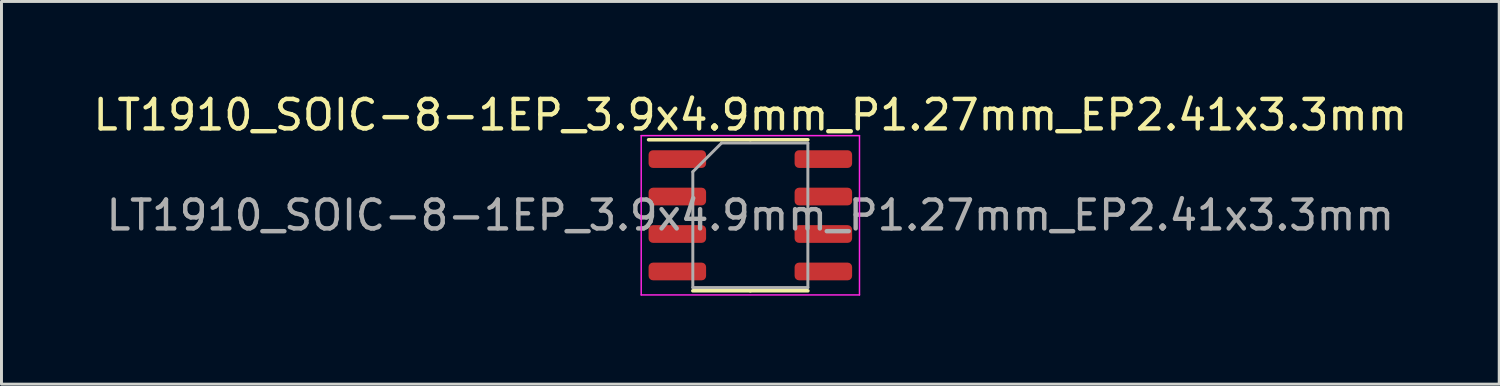
<source format=kicad_pcb>
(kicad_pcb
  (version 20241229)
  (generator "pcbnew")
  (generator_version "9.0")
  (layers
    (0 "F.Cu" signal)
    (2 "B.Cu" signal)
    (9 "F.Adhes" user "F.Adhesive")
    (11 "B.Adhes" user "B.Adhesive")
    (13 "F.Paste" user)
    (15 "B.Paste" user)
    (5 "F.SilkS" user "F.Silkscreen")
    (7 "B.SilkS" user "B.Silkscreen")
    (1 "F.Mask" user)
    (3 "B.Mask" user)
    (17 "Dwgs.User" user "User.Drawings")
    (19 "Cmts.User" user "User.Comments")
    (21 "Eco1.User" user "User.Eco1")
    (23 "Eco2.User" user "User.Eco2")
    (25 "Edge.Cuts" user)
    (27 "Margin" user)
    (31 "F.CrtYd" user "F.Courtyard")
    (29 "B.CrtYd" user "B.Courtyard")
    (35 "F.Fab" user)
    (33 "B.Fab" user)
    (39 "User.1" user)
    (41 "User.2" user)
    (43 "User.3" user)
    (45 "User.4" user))
  (footprint "LT1910_SOIC-8-1EP_3.9x4.9mm_P1.27mm_EP2.41x3.3mm"
    (layer "F.Cu")
    (at 22.387 4.248)
    (property "Reference" "LT1910_SOIC-8-1EP_3.9x4.9mm_P1.27mm_EP2.41x3.3mm" (at 0 -3.4 0) (layer "F.SilkS") (effects (font (size 1 1) (thickness 0.15))))
    (attr smd)
    (fp_line (start 0 -2.56) (end -3.45 -2.56) (stroke (width 0.12) (type solid)) (layer "F.SilkS"))
    (fp_line (start 0 -2.56) (end 1.95 -2.56) (stroke (width 0.12) (type solid)) (layer "F.SilkS"))
    (fp_line (start 0 2.56) (end -1.95 2.56) (stroke (width 0.12) (type solid)) (layer "F.SilkS"))
    (fp_line (start 0 2.56) (end 1.95 2.56) (stroke (width 0.12) (type solid)) (layer "F.SilkS"))
    (fp_line (start -3.7 -2.7) (end -3.7 2.7) (stroke (width 0.05) (type solid)) (layer "F.CrtYd"))
    (fp_line (start -3.7 2.7) (end 3.7 2.7) (stroke (width 0.05) (type solid)) (layer "F.CrtYd"))
    (fp_line (start 3.7 -2.7) (end -3.7 -2.7) (stroke (width 0.05) (type solid)) (layer "F.CrtYd"))
    (fp_line (start 3.7 2.7) (end 3.7 -2.7) (stroke (width 0.05) (type solid)) (layer "F.CrtYd"))
    (fp_line (start -1.95 -1.475) (end -0.975 -2.45) (stroke (width 0.1) (type solid)) (layer "F.Fab"))
    (fp_line (start -1.95 2.45) (end -1.95 -1.475) (stroke (width 0.1) (type solid)) (layer "F.Fab"))
    (fp_line (start -0.975 -2.45) (end 1.95 -2.45) (stroke (width 0.1) (type solid)) (layer "F.Fab"))
    (fp_line (start 1.95 -2.45) (end 1.95 2.45) (stroke (width 0.1) (type solid)) (layer "F.Fab"))
    (fp_line (start 1.95 2.45) (end -1.95 2.45) (stroke (width 0.1) (type solid)) (layer "F.Fab"))
    (fp_text user "${REFERENCE}" (at 0 0 0) (layer "F.Fab") (effects (font (size 0.98 0.98) (thickness 0.15))))
    (pad "1" smd roundrect (at -2.475 -1.905) (size 1.95 0.6) (layers "F.Cu" "F.Mask" "F.Paste") (roundrect_rratio 0.25))
    (pad "2" smd roundrect (at -2.475 -0.635) (size 1.95 0.6) (layers "F.Cu" "F.Mask" "F.Paste") (roundrect_rratio 0.25))
    (pad "3" smd roundrect (at -2.475 0.635) (size 1.95 0.6) (layers "F.Cu" "F.Mask" "F.Paste") (roundrect_rratio 0.25))
    (pad "4" smd roundrect (at -2.475 1.905) (size 1.95 0.6) (layers "F.Cu" "F.Mask" "F.Paste") (roundrect_rratio 0.25))
    (pad "5" smd roundrect (at 2.475 1.905) (size 1.95 0.6) (layers "F.Cu" "F.Mask" "F.Paste") (roundrect_rratio 0.25))
    (pad "6" smd roundrect (at 2.475 0.635) (size 1.95 0.6) (layers "F.Cu" "F.Mask" "F.Paste") (roundrect_rratio 0.25))
    (pad "7" smd roundrect (at 2.475 -0.635) (size 1.95 0.6) (layers "F.Cu" "F.Mask" "F.Paste") (roundrect_rratio 0.25))
    (pad "8" smd roundrect (at 2.475 -1.905) (size 1.95 0.6) (layers "F.Cu" "F.Mask" "F.Paste") (roundrect_rratio 0.25)))
  (gr_rect
    (start -3 -3)
    (end 47.774 9.973)
    (stroke (width 0.1) (type default))
    (fill no)
    (layer "Edge.Cuts")))
</source>
